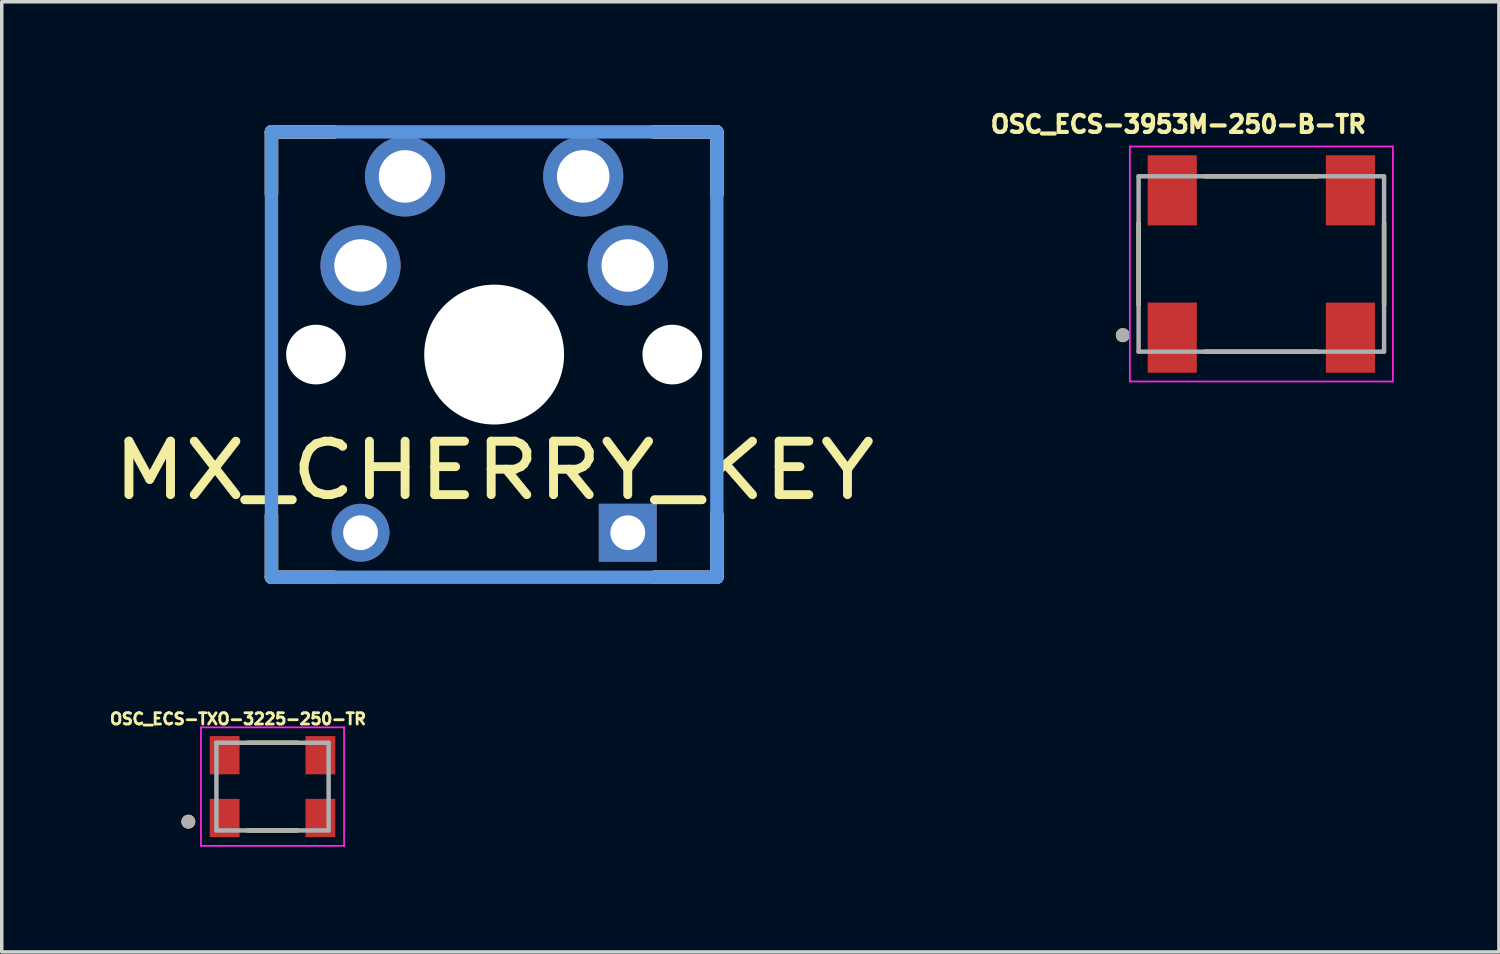
<source format=kicad_pcb>
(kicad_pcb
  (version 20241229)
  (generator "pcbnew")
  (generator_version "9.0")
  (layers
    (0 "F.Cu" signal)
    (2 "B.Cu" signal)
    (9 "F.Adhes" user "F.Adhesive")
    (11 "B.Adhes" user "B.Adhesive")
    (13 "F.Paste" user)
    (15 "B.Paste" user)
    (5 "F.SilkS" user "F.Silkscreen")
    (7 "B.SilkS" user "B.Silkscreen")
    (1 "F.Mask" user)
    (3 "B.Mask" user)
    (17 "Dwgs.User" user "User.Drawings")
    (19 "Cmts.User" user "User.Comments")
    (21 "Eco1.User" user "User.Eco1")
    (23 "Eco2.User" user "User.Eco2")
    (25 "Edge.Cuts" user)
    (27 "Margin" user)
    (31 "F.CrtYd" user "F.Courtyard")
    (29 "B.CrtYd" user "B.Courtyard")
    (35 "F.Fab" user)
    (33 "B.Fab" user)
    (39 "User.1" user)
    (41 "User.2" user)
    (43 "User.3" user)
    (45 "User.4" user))
  (footprint "OSC_ECS-TXO-3225-250-TR"
    (layer "F.Cu")
    (at 4.721 19.38)
    (property "Reference" "OSC_ECS-TXO-3225-250-TR" (at -0.985 -1.929 0) (layer "F.SilkS") (effects (font (size 0.32 0.32) (thickness 0.15))))
    (attr smd)
    (fp_line (start -0.705 -1.25) (end 0.705 -1.25) (stroke (width 0.127) (type solid)) (layer "F.SilkS"))
    (fp_line (start -0.705 1.25) (end 0.705 1.25) (stroke (width 0.127) (type solid)) (layer "F.SilkS"))
    (fp_circle (center -2.4 1) (end -2.3 1) (stroke (width 0.2) (type solid)) (fill no) (layer "F.SilkS"))
    (fp_line (start -2.04 -1.69) (end 2.04 -1.69) (stroke (width 0.05) (type solid)) (layer "F.CrtYd"))
    (fp_line (start -2.04 1.69) (end -2.04 -1.69) (stroke (width 0.05) (type solid)) (layer "F.CrtYd"))
    (fp_line (start 2.04 -1.69) (end 2.04 1.69) (stroke (width 0.05) (type solid)) (layer "F.CrtYd"))
    (fp_line (start 2.04 1.69) (end -2.04 1.69) (stroke (width 0.05) (type solid)) (layer "F.CrtYd"))
    (fp_line (start -1.6 -1.25) (end 1.6 -1.25) (stroke (width 0.127) (type solid)) (layer "F.Fab"))
    (fp_line (start -1.6 1.25) (end -1.6 -1.25) (stroke (width 0.127) (type solid)) (layer "F.Fab"))
    (fp_line (start 1.6 -1.25) (end 1.6 1.25) (stroke (width 0.127) (type solid)) (layer "F.Fab"))
    (fp_line (start 1.6 1.25) (end -1.6 1.25) (stroke (width 0.127) (type solid)) (layer "F.Fab"))
    (fp_circle (center -2.4 1) (end -2.3 1) (stroke (width 0.2) (type solid)) (fill no) (layer "F.Fab"))
    (pad "1" smd rect (at -1.365 0.895 90) (size 1.09 0.85) (layers "F.Cu" "F.Mask" "F.Paste"))
    (pad "2" smd rect (at 1.365 0.895 90) (size 1.09 0.85) (layers "F.Cu" "F.Mask" "F.Paste"))
    (pad "3" smd rect (at 1.365 -0.895 90) (size 1.09 0.85) (layers "F.Cu" "F.Mask" "F.Paste"))
    (pad "4" smd rect (at -1.365 -0.895 90) (size 1.09 0.85) (layers "F.Cu" "F.Mask" "F.Paste")))
  (footprint "OSC_ECS-3953M-250-B-TR"
    (layer "F.Cu")
    (at 32.918 4.478)
    (property "Reference" "OSC_ECS-3953M-250-B-TR" (at -2.367 -3.984 0) (layer "F.SilkS") (effects (font (size 0.482 0.482) (thickness 0.15))))
    (attr smd)
    (fp_line (start -3.5 -1.165) (end -3.5 1.165) (stroke (width 0.127) (type solid)) (layer "F.SilkS"))
    (fp_line (start -1.605 -2.5) (end 1.605 -2.5) (stroke (width 0.127) (type solid)) (layer "F.SilkS"))
    (fp_line (start -1.605 2.5) (end 1.605 2.5) (stroke (width 0.127) (type solid)) (layer "F.SilkS"))
    (fp_line (start 3.5 -1.165) (end 3.5 1.165) (stroke (width 0.127) (type solid)) (layer "F.SilkS"))
    (fp_circle (center -3.95 2.03) (end -3.85 2.03) (stroke (width 0.2) (type solid)) (fill no) (layer "F.SilkS"))
    (fp_line (start -3.75 -3.35) (end -3.75 3.35) (stroke (width 0.05) (type solid)) (layer "F.CrtYd"))
    (fp_line (start -3.75 -3.35) (end 3.75 -3.35) (stroke (width 0.05) (type solid)) (layer "F.CrtYd"))
    (fp_line (start -3.75 3.35) (end 3.75 3.35) (stroke (width 0.05) (type solid)) (layer "F.CrtYd"))
    (fp_line (start 3.75 3.35) (end 3.75 -3.35) (stroke (width 0.05) (type solid)) (layer "F.CrtYd"))
    (fp_line (start -3.5 -2.5) (end 3.5 -2.5) (stroke (width 0.127) (type solid)) (layer "F.Fab"))
    (fp_line (start -3.5 2.5) (end -3.5 -2.5) (stroke (width 0.127) (type solid)) (layer "F.Fab"))
    (fp_line (start 3.5 -2.5) (end 3.5 2.5) (stroke (width 0.127) (type solid)) (layer "F.Fab"))
    (fp_line (start 3.5 2.5) (end -3.5 2.5) (stroke (width 0.127) (type solid)) (layer "F.Fab"))
    (fp_circle (center -3.95 2.03) (end -3.85 2.03) (stroke (width 0.2) (type solid)) (fill no) (layer "F.Fab"))
    (pad "1" smd rect (at -2.54 2.1) (size 1.4 2) (layers "F.Cu" "F.Mask" "F.Paste"))
    (pad "2" smd rect (at 2.54 2.1) (size 1.4 2) (layers "F.Cu" "F.Mask" "F.Paste"))
    (pad "3" smd rect (at 2.54 -2.1) (size 1.4 2) (layers "F.Cu" "F.Mask" "F.Paste"))
    (pad "4" smd rect (at -2.54 -2.1) (size 1.4 2) (layers "F.Cu" "F.Mask" "F.Paste")))
  (footprint "MX_CHERRY_KEY"
    (layer "F.Cu")
    (at 11.041 7.061)
    (property "Reference" "MX_CHERRY_KEY" (at 0 3.302 0) (layer "F.SilkS") (effects (font (size 1.524 1.778) (thickness 0.254))))
    (attr through_hole)
    (fp_line (start -6.35 -6.35) (end -4.572 -6.35) (stroke (width 0.381) (type solid)) (layer "F.SilkS"))
    (fp_line (start -6.35 -4.572) (end -6.35 -6.35) (stroke (width 0.381) (type solid)) (layer "F.SilkS"))
    (fp_line (start -6.35 6.35) (end -6.35 4.572) (stroke (width 0.381) (type solid)) (layer "F.SilkS"))
    (fp_line (start -4.572 6.35) (end -6.35 6.35) (stroke (width 0.381) (type solid)) (layer "F.SilkS"))
    (fp_line (start 4.572 -6.35) (end 6.35 -6.35) (stroke (width 0.381) (type solid)) (layer "F.SilkS"))
    (fp_line (start 6.35 -6.35) (end 6.35 -4.572) (stroke (width 0.381) (type solid)) (layer "F.SilkS"))
    (fp_line (start 6.35 4.572) (end 6.35 6.35) (stroke (width 0.381) (type solid)) (layer "F.SilkS"))
    (fp_line (start 6.35 6.35) (end 4.572 6.35) (stroke (width 0.381) (type solid)) (layer "F.SilkS"))
    (fp_line (start -6.35 -6.35) (end -4.572 -6.35) (stroke (width 0.381) (type solid)) (layer "B.SilkS"))
    (fp_line (start -6.35 -4.572) (end -6.35 -6.35) (stroke (width 0.381) (type solid)) (layer "B.SilkS"))
    (fp_line (start -6.35 6.35) (end -6.35 4.572) (stroke (width 0.381) (type solid)) (layer "B.SilkS"))
    (fp_line (start -4.572 6.35) (end -6.35 6.35) (stroke (width 0.381) (type solid)) (layer "B.SilkS"))
    (fp_line (start 4.572 -6.35) (end 6.35 -6.35) (stroke (width 0.381) (type solid)) (layer "B.SilkS"))
    (fp_line (start 6.35 -6.35) (end 6.35 -4.572) (stroke (width 0.381) (type solid)) (layer "B.SilkS"))
    (fp_line (start 6.35 4.572) (end 6.35 6.35) (stroke (width 0.381) (type solid)) (layer "B.SilkS"))
    (fp_line (start 6.35 6.35) (end 4.572 6.35) (stroke (width 0.381) (type solid)) (layer "B.SilkS"))
    (fp_line (start -6.35 -6.35) (end 6.35 -6.35) (stroke (width 0.381) (type solid)) (layer "Cmts.User"))
    (fp_line (start -6.35 6.35) (end -6.35 -6.35) (stroke (width 0.381) (type solid)) (layer "Cmts.User"))
    (fp_line (start 6.35 -6.35) (end 6.35 6.35) (stroke (width 0.381) (type solid)) (layer "Cmts.User"))
    (fp_line (start 6.35 6.35) (end -6.35 6.35) (stroke (width 0.381) (type solid)) (layer "Cmts.User"))
    (fp_line (start -7.798 -6.005) (end -6.985 -6.005) (stroke (width 0.152) (type solid)) (layer "Eco2.User"))
    (fp_line (start -7.798 -2.504) (end -7.798 -6.005) (stroke (width 0.152) (type solid)) (layer "Eco2.User"))
    (fp_line (start -7.798 2.504) (end -6.985 2.504) (stroke (width 0.152) (type solid)) (layer "Eco2.User"))
    (fp_line (start -7.798 6.005) (end -7.798 2.504) (stroke (width 0.152) (type solid)) (layer "Eco2.User"))
    (fp_line (start -6.985 -6.985) (end 6.985 -6.985) (stroke (width 0.152) (type solid)) (layer "Eco2.User"))
    (fp_line (start -6.985 -6.005) (end -6.985 -6.985) (stroke (width 0.152) (type solid)) (layer "Eco2.User"))
    (fp_line (start -6.985 -2.504) (end -7.798 -2.504) (stroke (width 0.152) (type solid)) (layer "Eco2.User"))
    (fp_line (start -6.985 2.504) (end -6.985 -2.504) (stroke (width 0.152) (type solid)) (layer "Eco2.User"))
    (fp_line (start -6.985 6.005) (end -7.798 6.005) (stroke (width 0.152) (type solid)) (layer "Eco2.User"))
    (fp_line (start -6.985 6.985) (end -6.985 6.005) (stroke (width 0.152) (type solid)) (layer "Eco2.User"))
    (fp_line (start 6.985 -6.985) (end 6.985 -6.005) (stroke (width 0.152) (type solid)) (layer "Eco2.User"))
    (fp_line (start 6.985 -6.005) (end 7.798 -6.005) (stroke (width 0.152) (type solid)) (layer "Eco2.User"))
    (fp_line (start 6.985 -2.504) (end 6.985 2.504) (stroke (width 0.152) (type solid)) (layer "Eco2.User"))
    (fp_line (start 6.985 2.504) (end 7.798 2.504) (stroke (width 0.152) (type solid)) (layer "Eco2.User"))
    (fp_line (start 6.985 6.005) (end 6.985 6.985) (stroke (width 0.152) (type solid)) (layer "Eco2.User"))
    (fp_line (start 6.985 6.985) (end -6.985 6.985) (stroke (width 0.152) (type solid)) (layer "Eco2.User"))
    (fp_line (start 7.798 -6.005) (end 7.798 -2.504) (stroke (width 0.152) (type solid)) (layer "Eco2.User"))
    (fp_line (start 7.798 -2.504) (end 6.985 -2.504) (stroke (width 0.152) (type solid)) (layer "Eco2.User"))
    (fp_line (start 7.798 2.504) (end 7.798 6.005) (stroke (width 0.152) (type solid)) (layer "Eco2.User"))
    (fp_line (start 7.798 6.005) (end 6.985 6.005) (stroke (width 0.152) (type solid)) (layer "Eco2.User"))
    (pad "" np_thru_hole circle (at -5.08 0) (size 1.702 1.702) (drill 1.702) (layers "*.Cu" "*.Mask"))
    (pad "" np_thru_hole circle (at 0 0) (size 3.988 3.988) (drill 3.988) (layers "*.Cu" "*.Mask"))
    (pad "" np_thru_hole circle (at 5.08 0) (size 1.702 1.702) (drill 1.702) (layers "*.Cu" "*.Mask"))
    (pad "1" thru_hole circle (at 2.54 -5.08) (size 2.286 2.286) (drill 1.499) (layers "*.Cu" "*.Mask"))
    (pad "1" thru_hole circle (at 3.81 -2.54) (size 2.286 2.286) (drill 1.499) (layers "*.Cu" "*.Mask"))
    (pad "2" thru_hole circle (at -3.81 -2.54) (size 2.286 2.286) (drill 1.499) (layers "*.Cu" "*.Mask"))
    (pad "2" thru_hole circle (at -2.54 -5.08) (size 2.286 2.286) (drill 1.499) (layers "*.Cu" "*.Mask"))
    (pad "3" thru_hole circle (at -3.81 5.08) (size 1.651 1.651) (drill 0.991) (layers "*.Cu" "*.Mask"))
    (pad "4" thru_hole rect (at 3.81 5.08) (size 1.651 1.651) (drill 0.991) (layers "*.Cu" "*.Mask")))
  (gr_rect
    (start -3 -3)
    (end 39.693 24.095)
    (stroke (width 0.1) (type default))
    (fill no)
    (layer "Edge.Cuts")))
</source>
